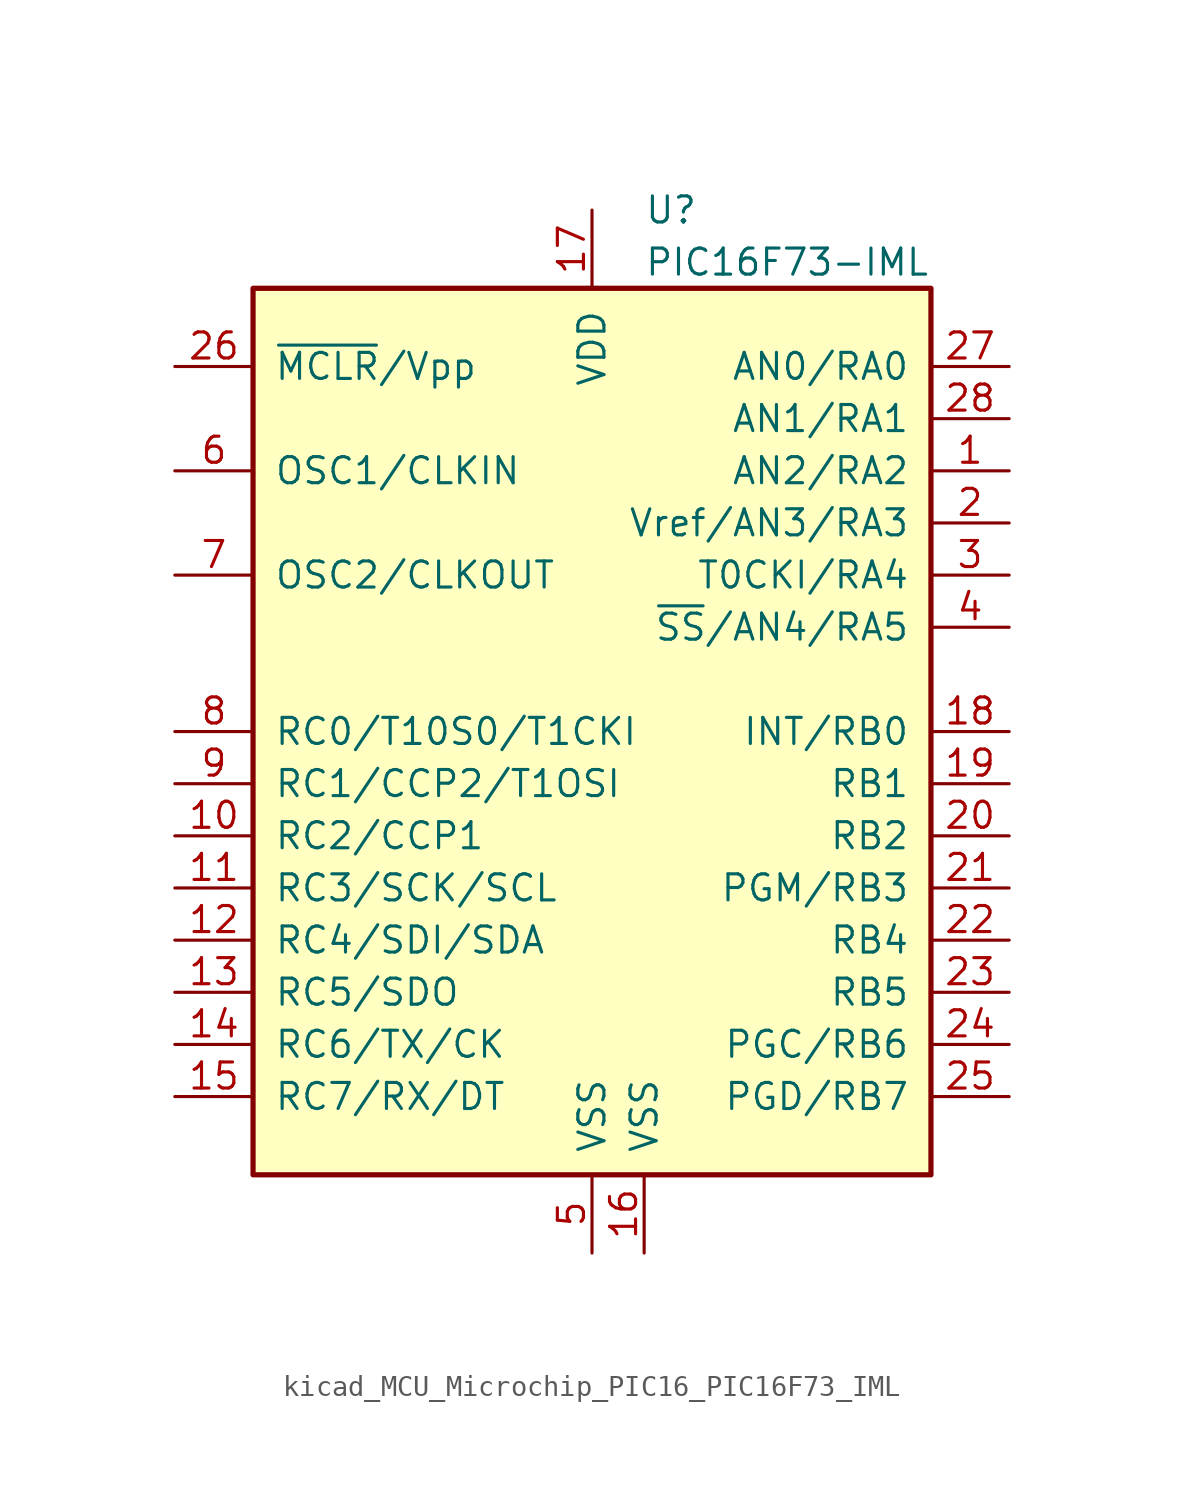
<source format=kicad_sym>
(kicad_symbol_lib
  (version 20220914)
  (generator kicad_symbol_editor)
  (symbol "kicad_MCU_Microchip_PIC16_PIC16F73_IML"
    (pin_names
      (offset 1.016))
    (property "Reference" "U"
      (at 2.54 25.4 0)
      (effects (font (size 1.27 1.27)) (justify left)))
    (property "Value" "PIC16F73-IML"
      (at 2.54 22.86 0)
      (effects (font (size 1.27 1.27)) (justify left)))
    (symbol "kicad_MCU_Microchip_PIC16_PIC16F73_IML_0_1"
      (rectangle (start -16.51 -21.59) (end 16.51 21.59) (stroke (width 0.254) (type default)) (fill (type background))))
    (symbol "kicad_MCU_Microchip_PIC16_PIC16F73_IML_1_1"
      (pin bidirectional line (at 20.32 12.7 180) (length 3.81) (name "AN2/RA2" (effects (font (size 1.27 1.27)))) (number "1" (effects (font (size 1.27 1.27)))))
      (pin bidirectional line (at -20.32 -5.08 0) (length 3.81) (name "RC2/CCP1" (effects (font (size 1.27 1.27)))) (number "10" (effects (font (size 1.27 1.27)))))
      (pin bidirectional line (at -20.32 -7.62 0) (length 3.81) (name "RC3/SCK/SCL" (effects (font (size 1.27 1.27)))) (number "11" (effects (font (size 1.27 1.27)))))
      (pin bidirectional line (at -20.32 -10.16 0) (length 3.81) (name "RC4/SDI/SDA" (effects (font (size 1.27 1.27)))) (number "12" (effects (font (size 1.27 1.27)))))
      (pin bidirectional line (at -20.32 -12.7 0) (length 3.81) (name "RC5/SDO" (effects (font (size 1.27 1.27)))) (number "13" (effects (font (size 1.27 1.27)))))
      (pin bidirectional line (at -20.32 -15.24 0) (length 3.81) (name "RC6/TX/CK" (effects (font (size 1.27 1.27)))) (number "14" (effects (font (size 1.27 1.27)))))
      (pin bidirectional line (at -20.32 -17.78 0) (length 3.81) (name "RC7/RX/DT" (effects (font (size 1.27 1.27)))) (number "15" (effects (font (size 1.27 1.27)))))
      (pin power_in line (at 2.54 -25.4 90) (length 3.81) (name "VSS" (effects (font (size 1.27 1.27)))) (number "16" (effects (font (size 1.27 1.27)))))
      (pin power_in line (at 0 25.4 270) (length 3.81) (name "VDD" (effects (font (size 1.27 1.27)))) (number "17" (effects (font (size 1.27 1.27)))))
      (pin bidirectional line (at 20.32 0 180) (length 3.81) (name "INT/RB0" (effects (font (size 1.27 1.27)))) (number "18" (effects (font (size 1.27 1.27)))))
      (pin bidirectional line (at 20.32 -2.54 180) (length 3.81) (name "RB1" (effects (font (size 1.27 1.27)))) (number "19" (effects (font (size 1.27 1.27)))))
      (pin bidirectional line (at 20.32 10.16 180) (length 3.81) (name "Vref/AN3/RA3" (effects (font (size 1.27 1.27)))) (number "2" (effects (font (size 1.27 1.27)))))
      (pin bidirectional line (at 20.32 -5.08 180) (length 3.81) (name "RB2" (effects (font (size 1.27 1.27)))) (number "20" (effects (font (size 1.27 1.27)))))
      (pin bidirectional line (at 20.32 -7.62 180) (length 3.81) (name "PGM/RB3" (effects (font (size 1.27 1.27)))) (number "21" (effects (font (size 1.27 1.27)))))
      (pin bidirectional line (at 20.32 -10.16 180) (length 3.81) (name "RB4" (effects (font (size 1.27 1.27)))) (number "22" (effects (font (size 1.27 1.27)))))
      (pin bidirectional line (at 20.32 -12.7 180) (length 3.81) (name "RB5" (effects (font (size 1.27 1.27)))) (number "23" (effects (font (size 1.27 1.27)))))
      (pin bidirectional line (at 20.32 -15.24 180) (length 3.81) (name "PGC/RB6" (effects (font (size 1.27 1.27)))) (number "24" (effects (font (size 1.27 1.27)))))
      (pin bidirectional line (at 20.32 -17.78 180) (length 3.81) (name "PGD/RB7" (effects (font (size 1.27 1.27)))) (number "25" (effects (font (size 1.27 1.27)))))
      (pin input line (at -20.32 17.78 0) (length 3.81) (name "~{MCLR}/Vpp" (effects (font (size 1.27 1.27)))) (number "26" (effects (font (size 1.27 1.27)))))
      (pin bidirectional line (at 20.32 17.78 180) (length 3.81) (name "AN0/RA0" (effects (font (size 1.27 1.27)))) (number "27" (effects (font (size 1.27 1.27)))))
      (pin bidirectional line (at 20.32 15.24 180) (length 3.81) (name "AN1/RA1" (effects (font (size 1.27 1.27)))) (number "28" (effects (font (size 1.27 1.27)))))
      (pin bidirectional line (at 20.32 7.62 180) (length 3.81) (name "T0CKI/RA4" (effects (font (size 1.27 1.27)))) (number "3" (effects (font (size 1.27 1.27)))))
      (pin bidirectional line (at 20.32 5.08 180) (length 3.81) (name "~{SS}/AN4/RA5" (effects (font (size 1.27 1.27)))) (number "4" (effects (font (size 1.27 1.27)))))
      (pin power_in line (at 0 -25.4 90) (length 3.81) (name "VSS" (effects (font (size 1.27 1.27)))) (number "5" (effects (font (size 1.27 1.27)))))
      (pin input line (at -20.32 12.7 0) (length 3.81) (name "OSC1/CLKIN" (effects (font (size 1.27 1.27)))) (number "6" (effects (font (size 1.27 1.27)))))
      (pin output line (at -20.32 7.62 0) (length 3.81) (name "OSC2/CLKOUT" (effects (font (size 1.27 1.27)))) (number "7" (effects (font (size 1.27 1.27)))))
      (pin bidirectional line (at -20.32 0 0) (length 3.81) (name "RC0/T10S0/T1CKI" (effects (font (size 1.27 1.27)))) (number "8" (effects (font (size 1.27 1.27)))))
      (pin bidirectional line (at -20.32 -2.54 0) (length 3.81) (name "RC1/CCP2/T1OSI" (effects (font (size 1.27 1.27)))) (number "9" (effects (font (size 1.27 1.27))))))))
</source>
